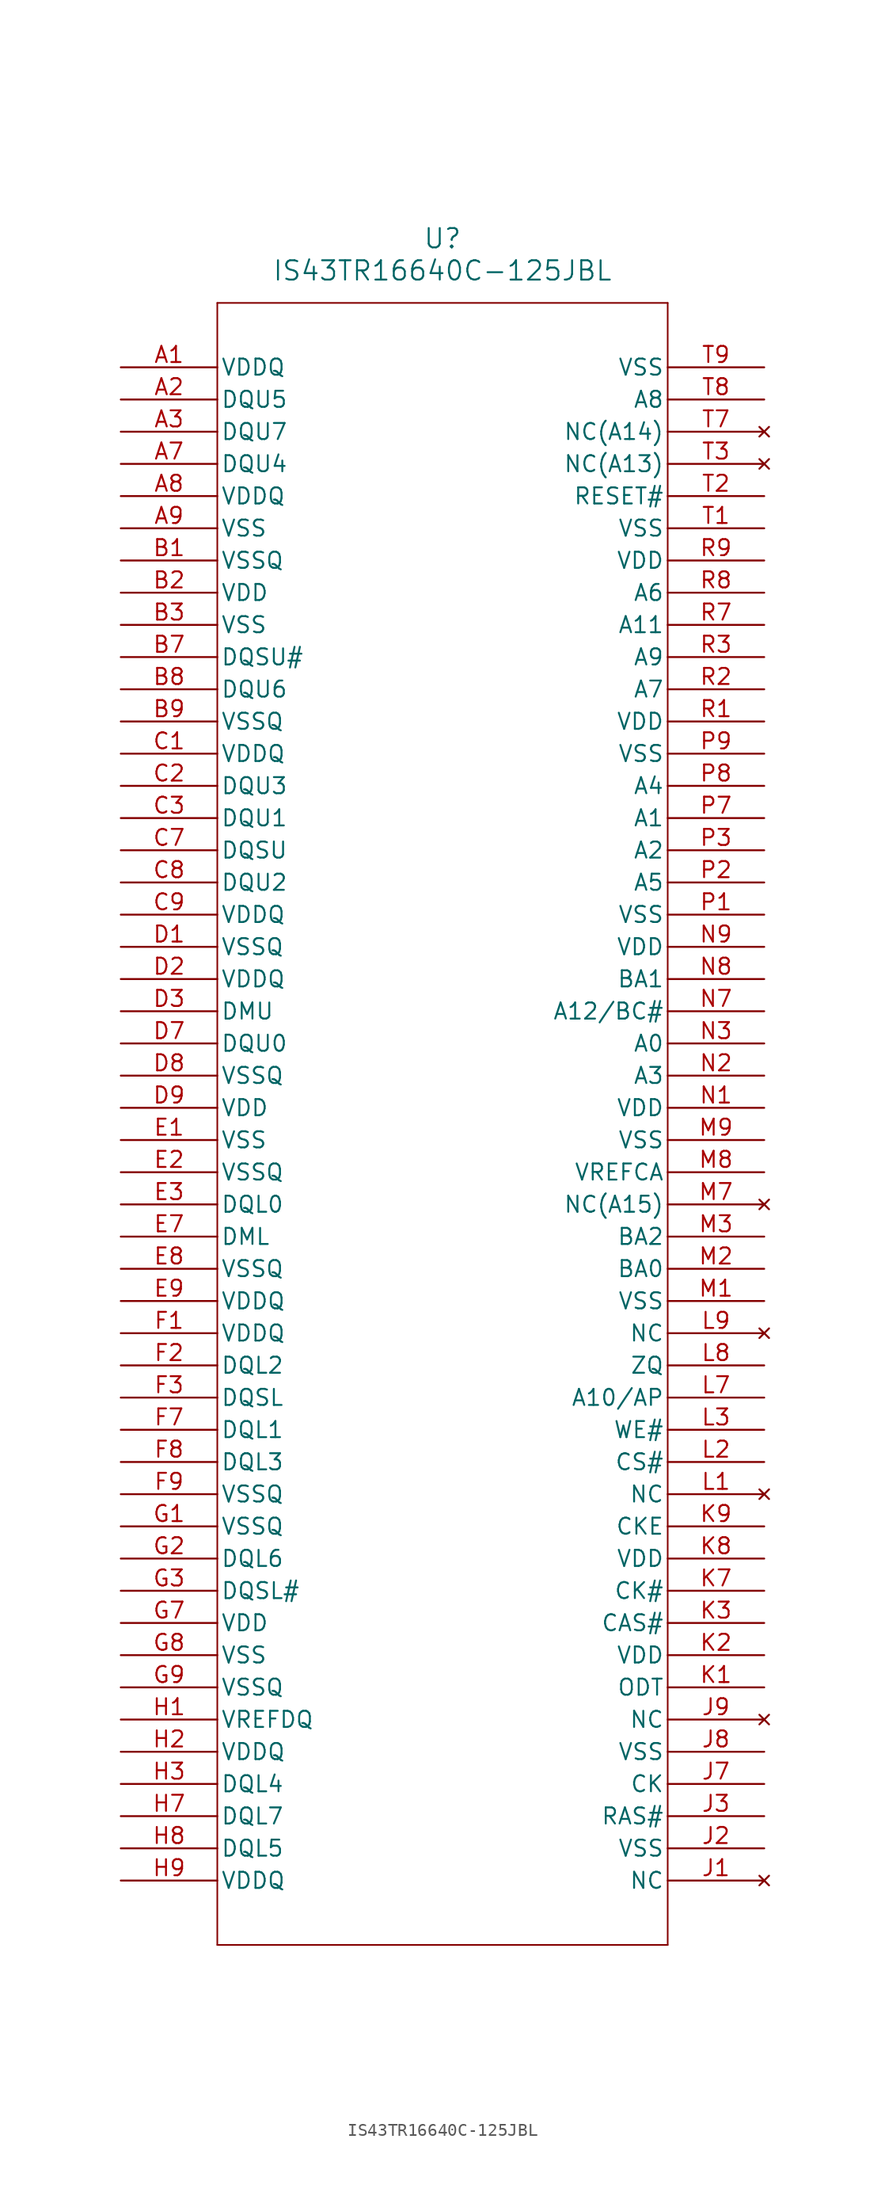
<source format=kicad_sym>
(kicad_symbol_lib
  (version 20211014)
  (generator kicad_symbol_editor)
  (symbol "IS43TR16640C-125JBL"
    (pin_names
      (offset 0.254))
    (property "Reference" "U"
      (at 25.4 10.16 0)
      (effects (font (size 1.524 1.524))))
    (property "Value" "IS43TR16640C-125JBL"
      (at 25.4 7.62 0)
      (effects (font (size 1.524 1.524))))
    (symbol "IS43TR16640C-125JBL_0_1"
      (polyline (pts (xy 7.62 5.08) (xy 7.62 -124.46)) (stroke (width 0.127) (type default) (color 0 0 0 0)) (fill (type none)))
      (polyline (pts (xy 7.62 -124.46) (xy 43.18 -124.46)) (stroke (width 0.127) (type default) (color 0 0 0 0)) (fill (type none)))
      (polyline (pts (xy 43.18 -124.46) (xy 43.18 5.08)) (stroke (width 0.127) (type default) (color 0 0 0 0)) (fill (type none)))
      (polyline (pts (xy 43.18 5.08) (xy 7.62 5.08)) (stroke (width 0.127) (type default) (color 0 0 0 0)) (fill (type none)))
      (pin power_in line (at 0 0 0) (length 7.62) (name "VDDQ" (effects (font (size 1.27 1.27)))) (number "A1" (effects (font (size 1.27 1.27)))))
      (pin bidirectional line (at 0 -2.54 0) (length 7.62) (name "DQU5" (effects (font (size 1.27 1.27)))) (number "A2" (effects (font (size 1.27 1.27)))))
      (pin bidirectional line (at 0 -5.08 0) (length 7.62) (name "DQU7" (effects (font (size 1.27 1.27)))) (number "A3" (effects (font (size 1.27 1.27)))))
      (pin bidirectional line (at 0 -7.62 0) (length 7.62) (name "DQU4" (effects (font (size 1.27 1.27)))) (number "A7" (effects (font (size 1.27 1.27)))))
      (pin power_in line (at 0 -10.16 0) (length 7.62) (name "VDDQ" (effects (font (size 1.27 1.27)))) (number "A8" (effects (font (size 1.27 1.27)))))
      (pin power_out line (at 0 -12.7 0) (length 7.62) (name "VSS" (effects (font (size 1.27 1.27)))) (number "A9" (effects (font (size 1.27 1.27)))))
      (pin power_out line (at 0 -15.24 0) (length 7.62) (name "VSSQ" (effects (font (size 1.27 1.27)))) (number "B1" (effects (font (size 1.27 1.27)))))
      (pin power_in line (at 0 -17.78 0) (length 7.62) (name "VDD" (effects (font (size 1.27 1.27)))) (number "B2" (effects (font (size 1.27 1.27)))))
      (pin power_out line (at 0 -20.32 0) (length 7.62) (name "VSS" (effects (font (size 1.27 1.27)))) (number "B3" (effects (font (size 1.27 1.27)))))
      (pin bidirectional line (at 0 -22.86 0) (length 7.62) (name "DQSU#" (effects (font (size 1.27 1.27)))) (number "B7" (effects (font (size 1.27 1.27)))))
      (pin bidirectional line (at 0 -25.4 0) (length 7.62) (name "DQU6" (effects (font (size 1.27 1.27)))) (number "B8" (effects (font (size 1.27 1.27)))))
      (pin power_out line (at 0 -27.94 0) (length 7.62) (name "VSSQ" (effects (font (size 1.27 1.27)))) (number "B9" (effects (font (size 1.27 1.27)))))
      (pin power_in line (at 0 -30.48 0) (length 7.62) (name "VDDQ" (effects (font (size 1.27 1.27)))) (number "C1" (effects (font (size 1.27 1.27)))))
      (pin bidirectional line (at 0 -33.02 0) (length 7.62) (name "DQU3" (effects (font (size 1.27 1.27)))) (number "C2" (effects (font (size 1.27 1.27)))))
      (pin bidirectional line (at 0 -35.56 0) (length 7.62) (name "DQU1" (effects (font (size 1.27 1.27)))) (number "C3" (effects (font (size 1.27 1.27)))))
      (pin bidirectional line (at 0 -38.1 0) (length 7.62) (name "DQSU" (effects (font (size 1.27 1.27)))) (number "C7" (effects (font (size 1.27 1.27)))))
      (pin bidirectional line (at 0 -40.64 0) (length 7.62) (name "DQU2" (effects (font (size 1.27 1.27)))) (number "C8" (effects (font (size 1.27 1.27)))))
      (pin power_in line (at 0 -43.18 0) (length 7.62) (name "VDDQ" (effects (font (size 1.27 1.27)))) (number "C9" (effects (font (size 1.27 1.27)))))
      (pin power_out line (at 0 -45.72 0) (length 7.62) (name "VSSQ" (effects (font (size 1.27 1.27)))) (number "D1" (effects (font (size 1.27 1.27)))))
      (pin power_in line (at 0 -48.26 0) (length 7.62) (name "VDDQ" (effects (font (size 1.27 1.27)))) (number "D2" (effects (font (size 1.27 1.27)))))
      (pin input line (at 0 -50.8 0) (length 7.62) (name "DMU" (effects (font (size 1.27 1.27)))) (number "D3" (effects (font (size 1.27 1.27)))))
      (pin bidirectional line (at 0 -53.34 0) (length 7.62) (name "DQU0" (effects (font (size 1.27 1.27)))) (number "D7" (effects (font (size 1.27 1.27)))))
      (pin power_out line (at 0 -55.88 0) (length 7.62) (name "VSSQ" (effects (font (size 1.27 1.27)))) (number "D8" (effects (font (size 1.27 1.27)))))
      (pin power_in line (at 0 -58.42 0) (length 7.62) (name "VDD" (effects (font (size 1.27 1.27)))) (number "D9" (effects (font (size 1.27 1.27)))))
      (pin power_out line (at 0 -60.96 0) (length 7.62) (name "VSS" (effects (font (size 1.27 1.27)))) (number "E1" (effects (font (size 1.27 1.27)))))
      (pin power_out line (at 0 -63.5 0) (length 7.62) (name "VSSQ" (effects (font (size 1.27 1.27)))) (number "E2" (effects (font (size 1.27 1.27)))))
      (pin bidirectional line (at 0 -66.04 0) (length 7.62) (name "DQL0" (effects (font (size 1.27 1.27)))) (number "E3" (effects (font (size 1.27 1.27)))))
      (pin input line (at 0 -68.58 0) (length 7.62) (name "DML" (effects (font (size 1.27 1.27)))) (number "E7" (effects (font (size 1.27 1.27)))))
      (pin power_out line (at 0 -71.12 0) (length 7.62) (name "VSSQ" (effects (font (size 1.27 1.27)))) (number "E8" (effects (font (size 1.27 1.27)))))
      (pin power_in line (at 0 -73.66 0) (length 7.62) (name "VDDQ" (effects (font (size 1.27 1.27)))) (number "E9" (effects (font (size 1.27 1.27)))))
      (pin power_in line (at 0 -76.2 0) (length 7.62) (name "VDDQ" (effects (font (size 1.27 1.27)))) (number "F1" (effects (font (size 1.27 1.27)))))
      (pin bidirectional line (at 0 -78.74 0) (length 7.62) (name "DQL2" (effects (font (size 1.27 1.27)))) (number "F2" (effects (font (size 1.27 1.27)))))
      (pin bidirectional line (at 0 -81.28 0) (length 7.62) (name "DQSL" (effects (font (size 1.27 1.27)))) (number "F3" (effects (font (size 1.27 1.27)))))
      (pin bidirectional line (at 0 -83.82 0) (length 7.62) (name "DQL1" (effects (font (size 1.27 1.27)))) (number "F7" (effects (font (size 1.27 1.27)))))
      (pin bidirectional line (at 0 -86.36 0) (length 7.62) (name "DQL3" (effects (font (size 1.27 1.27)))) (number "F8" (effects (font (size 1.27 1.27)))))
      (pin power_out line (at 0 -88.9 0) (length 7.62) (name "VSSQ" (effects (font (size 1.27 1.27)))) (number "F9" (effects (font (size 1.27 1.27)))))
      (pin power_out line (at 0 -91.44 0) (length 7.62) (name "VSSQ" (effects (font (size 1.27 1.27)))) (number "G1" (effects (font (size 1.27 1.27)))))
      (pin bidirectional line (at 0 -93.98 0) (length 7.62) (name "DQL6" (effects (font (size 1.27 1.27)))) (number "G2" (effects (font (size 1.27 1.27)))))
      (pin bidirectional line (at 0 -96.52 0) (length 7.62) (name "DQSL#" (effects (font (size 1.27 1.27)))) (number "G3" (effects (font (size 1.27 1.27)))))
      (pin power_in line (at 0 -99.06 0) (length 7.62) (name "VDD" (effects (font (size 1.27 1.27)))) (number "G7" (effects (font (size 1.27 1.27)))))
      (pin power_out line (at 0 -101.6 0) (length 7.62) (name "VSS" (effects (font (size 1.27 1.27)))) (number "G8" (effects (font (size 1.27 1.27)))))
      (pin power_out line (at 0 -104.14 0) (length 7.62) (name "VSSQ" (effects (font (size 1.27 1.27)))) (number "G9" (effects (font (size 1.27 1.27)))))
      (pin power_in line (at 0 -106.68 0) (length 7.62) (name "VREFDQ" (effects (font (size 1.27 1.27)))) (number "H1" (effects (font (size 1.27 1.27)))))
      (pin power_in line (at 0 -109.22 0) (length 7.62) (name "VDDQ" (effects (font (size 1.27 1.27)))) (number "H2" (effects (font (size 1.27 1.27)))))
      (pin bidirectional line (at 0 -111.76 0) (length 7.62) (name "DQL4" (effects (font (size 1.27 1.27)))) (number "H3" (effects (font (size 1.27 1.27)))))
      (pin bidirectional line (at 0 -114.3 0) (length 7.62) (name "DQL7" (effects (font (size 1.27 1.27)))) (number "H7" (effects (font (size 1.27 1.27)))))
      (pin bidirectional line (at 0 -116.84 0) (length 7.62) (name "DQL5" (effects (font (size 1.27 1.27)))) (number "H8" (effects (font (size 1.27 1.27)))))
      (pin power_in line (at 0 -119.38 0) (length 7.62) (name "VDDQ" (effects (font (size 1.27 1.27)))) (number "H9" (effects (font (size 1.27 1.27)))))
      (pin no_connect line (at 50.8 -119.38 180) (length 7.62) (name "NC" (effects (font (size 1.27 1.27)))) (number "J1" (effects (font (size 1.27 1.27)))))
      (pin power_out line (at 50.8 -116.84 180) (length 7.62) (name "VSS" (effects (font (size 1.27 1.27)))) (number "J2" (effects (font (size 1.27 1.27)))))
      (pin input line (at 50.8 -114.3 180) (length 7.62) (name "RAS#" (effects (font (size 1.27 1.27)))) (number "J3" (effects (font (size 1.27 1.27)))))
      (pin input line (at 50.8 -111.76 180) (length 7.62) (name "CK" (effects (font (size 1.27 1.27)))) (number "J7" (effects (font (size 1.27 1.27)))))
      (pin power_out line (at 50.8 -109.22 180) (length 7.62) (name "VSS" (effects (font (size 1.27 1.27)))) (number "J8" (effects (font (size 1.27 1.27)))))
      (pin no_connect line (at 50.8 -106.68 180) (length 7.62) (name "NC" (effects (font (size 1.27 1.27)))) (number "J9" (effects (font (size 1.27 1.27)))))
      (pin input line (at 50.8 -104.14 180) (length 7.62) (name "ODT" (effects (font (size 1.27 1.27)))) (number "K1" (effects (font (size 1.27 1.27)))))
      (pin power_in line (at 50.8 -101.6 180) (length 7.62) (name "VDD" (effects (font (size 1.27 1.27)))) (number "K2" (effects (font (size 1.27 1.27)))))
      (pin input line (at 50.8 -99.06 180) (length 7.62) (name "CAS#" (effects (font (size 1.27 1.27)))) (number "K3" (effects (font (size 1.27 1.27)))))
      (pin input line (at 50.8 -96.52 180) (length 7.62) (name "CK#" (effects (font (size 1.27 1.27)))) (number "K7" (effects (font (size 1.27 1.27)))))
      (pin power_in line (at 50.8 -93.98 180) (length 7.62) (name "VDD" (effects (font (size 1.27 1.27)))) (number "K8" (effects (font (size 1.27 1.27)))))
      (pin input line (at 50.8 -91.44 180) (length 7.62) (name "CKE" (effects (font (size 1.27 1.27)))) (number "K9" (effects (font (size 1.27 1.27)))))
      (pin no_connect line (at 50.8 -88.9 180) (length 7.62) (name "NC" (effects (font (size 1.27 1.27)))) (number "L1" (effects (font (size 1.27 1.27)))))
      (pin input line (at 50.8 -86.36 180) (length 7.62) (name "CS#" (effects (font (size 1.27 1.27)))) (number "L2" (effects (font (size 1.27 1.27)))))
      (pin input line (at 50.8 -83.82 180) (length 7.62) (name "WE#" (effects (font (size 1.27 1.27)))) (number "L3" (effects (font (size 1.27 1.27)))))
      (pin input line (at 50.8 -81.28 180) (length 7.62) (name "A10/AP" (effects (font (size 1.27 1.27)))) (number "L7" (effects (font (size 1.27 1.27)))))
      (pin power_in line (at 50.8 -78.74 180) (length 7.62) (name "ZQ" (effects (font (size 1.27 1.27)))) (number "L8" (effects (font (size 1.27 1.27)))))
      (pin no_connect line (at 50.8 -76.2 180) (length 7.62) (name "NC" (effects (font (size 1.27 1.27)))) (number "L9" (effects (font (size 1.27 1.27)))))
      (pin power_out line (at 50.8 -73.66 180) (length 7.62) (name "VSS" (effects (font (size 1.27 1.27)))) (number "M1" (effects (font (size 1.27 1.27)))))
      (pin input line (at 50.8 -71.12 180) (length 7.62) (name "BA0" (effects (font (size 1.27 1.27)))) (number "M2" (effects (font (size 1.27 1.27)))))
      (pin input line (at 50.8 -68.58 180) (length 7.62) (name "BA2" (effects (font (size 1.27 1.27)))) (number "M3" (effects (font (size 1.27 1.27)))))
      (pin no_connect line (at 50.8 -66.04 180) (length 7.62) (name "NC(A15)" (effects (font (size 1.27 1.27)))) (number "M7" (effects (font (size 1.27 1.27)))))
      (pin power_in line (at 50.8 -63.5 180) (length 7.62) (name "VREFCA" (effects (font (size 1.27 1.27)))) (number "M8" (effects (font (size 1.27 1.27)))))
      (pin power_out line (at 50.8 -60.96 180) (length 7.62) (name "VSS" (effects (font (size 1.27 1.27)))) (number "M9" (effects (font (size 1.27 1.27)))))
      (pin power_in line (at 50.8 -58.42 180) (length 7.62) (name "VDD" (effects (font (size 1.27 1.27)))) (number "N1" (effects (font (size 1.27 1.27)))))
      (pin input line (at 50.8 -55.88 180) (length 7.62) (name "A3" (effects (font (size 1.27 1.27)))) (number "N2" (effects (font (size 1.27 1.27)))))
      (pin input line (at 50.8 -53.34 180) (length 7.62) (name "A0" (effects (font (size 1.27 1.27)))) (number "N3" (effects (font (size 1.27 1.27)))))
      (pin input line (at 50.8 -50.8 180) (length 7.62) (name "A12/BC#" (effects (font (size 1.27 1.27)))) (number "N7" (effects (font (size 1.27 1.27)))))
      (pin input line (at 50.8 -48.26 180) (length 7.62) (name "BA1" (effects (font (size 1.27 1.27)))) (number "N8" (effects (font (size 1.27 1.27)))))
      (pin power_in line (at 50.8 -45.72 180) (length 7.62) (name "VDD" (effects (font (size 1.27 1.27)))) (number "N9" (effects (font (size 1.27 1.27)))))
      (pin power_out line (at 50.8 -43.18 180) (length 7.62) (name "VSS" (effects (font (size 1.27 1.27)))) (number "P1" (effects (font (size 1.27 1.27)))))
      (pin input line (at 50.8 -40.64 180) (length 7.62) (name "A5" (effects (font (size 1.27 1.27)))) (number "P2" (effects (font (size 1.27 1.27)))))
      (pin input line (at 50.8 -38.1 180) (length 7.62) (name "A2" (effects (font (size 1.27 1.27)))) (number "P3" (effects (font (size 1.27 1.27)))))
      (pin input line (at 50.8 -35.56 180) (length 7.62) (name "A1" (effects (font (size 1.27 1.27)))) (number "P7" (effects (font (size 1.27 1.27)))))
      (pin input line (at 50.8 -33.02 180) (length 7.62) (name "A4" (effects (font (size 1.27 1.27)))) (number "P8" (effects (font (size 1.27 1.27)))))
      (pin power_out line (at 50.8 -30.48 180) (length 7.62) (name "VSS" (effects (font (size 1.27 1.27)))) (number "P9" (effects (font (size 1.27 1.27)))))
      (pin power_in line (at 50.8 -27.94 180) (length 7.62) (name "VDD" (effects (font (size 1.27 1.27)))) (number "R1" (effects (font (size 1.27 1.27)))))
      (pin input line (at 50.8 -25.4 180) (length 7.62) (name "A7" (effects (font (size 1.27 1.27)))) (number "R2" (effects (font (size 1.27 1.27)))))
      (pin input line (at 50.8 -22.86 180) (length 7.62) (name "A9" (effects (font (size 1.27 1.27)))) (number "R3" (effects (font (size 1.27 1.27)))))
      (pin input line (at 50.8 -20.32 180) (length 7.62) (name "A11" (effects (font (size 1.27 1.27)))) (number "R7" (effects (font (size 1.27 1.27)))))
      (pin input line (at 50.8 -17.78 180) (length 7.62) (name "A6" (effects (font (size 1.27 1.27)))) (number "R8" (effects (font (size 1.27 1.27)))))
      (pin power_in line (at 50.8 -15.24 180) (length 7.62) (name "VDD" (effects (font (size 1.27 1.27)))) (number "R9" (effects (font (size 1.27 1.27)))))
      (pin power_out line (at 50.8 -12.7 180) (length 7.62) (name "VSS" (effects (font (size 1.27 1.27)))) (number "T1" (effects (font (size 1.27 1.27)))))
      (pin input line (at 50.8 -10.16 180) (length 7.62) (name "RESET#" (effects (font (size 1.27 1.27)))) (number "T2" (effects (font (size 1.27 1.27)))))
      (pin no_connect line (at 50.8 -7.62 180) (length 7.62) (name "NC(A13)" (effects (font (size 1.27 1.27)))) (number "T3" (effects (font (size 1.27 1.27)))))
      (pin no_connect line (at 50.8 -5.08 180) (length 7.62) (name "NC(A14)" (effects (font (size 1.27 1.27)))) (number "T7" (effects (font (size 1.27 1.27)))))
      (pin input line (at 50.8 -2.54 180) (length 7.62) (name "A8" (effects (font (size 1.27 1.27)))) (number "T8" (effects (font (size 1.27 1.27)))))
      (pin power_out line (at 50.8 0 180) (length 7.62) (name "VSS" (effects (font (size 1.27 1.27)))) (number "T9" (effects (font (size 1.27 1.27))))))))
</source>
